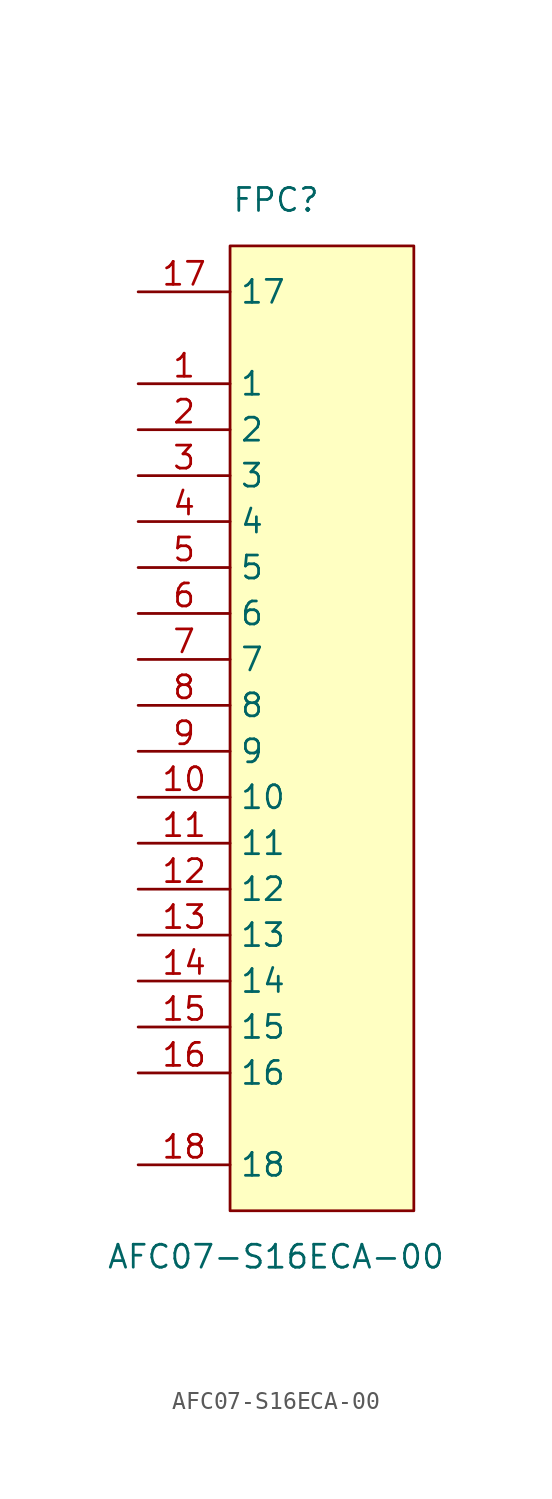
<source format=kicad_sym>
(kicad_symbol_lib
  (version 20211014)
  (generator https://github.com/uPesy/easyeda2kicad.py)
  (symbol "AFC07-S16ECA-00"
    (property "Reference" "FPC"
      (at 0 29.21 0)
      (effects (font (size 1.27 1.27))))
    (property "Value" "AFC07-S16ECA-00"
      (at 0 -29.21 0)
      (effects (font (size 1.27 1.27))))
    (symbol "AFC07-S16ECA-00_0_1"
      (rectangle (start -2.54 26.67) (end 7.62 -26.67) (stroke (width 0) (type default) (color 0 0 0 0)) (fill (type background)))
      (pin unspecified line (at -7.62 19.05 0) (length 5.08) (name "1" (effects (font (size 1.27 1.27)))) (number "1" (effects (font (size 1.27 1.27)))))
      (pin unspecified line (at -7.62 16.51 0) (length 5.08) (name "2" (effects (font (size 1.27 1.27)))) (number "2" (effects (font (size 1.27 1.27)))))
      (pin unspecified line (at -7.62 13.97 0) (length 5.08) (name "3" (effects (font (size 1.27 1.27)))) (number "3" (effects (font (size 1.27 1.27)))))
      (pin unspecified line (at -7.62 11.43 0) (length 5.08) (name "4" (effects (font (size 1.27 1.27)))) (number "4" (effects (font (size 1.27 1.27)))))
      (pin unspecified line (at -7.62 8.89 0) (length 5.08) (name "5" (effects (font (size 1.27 1.27)))) (number "5" (effects (font (size 1.27 1.27)))))
      (pin unspecified line (at -7.62 6.35 0) (length 5.08) (name "6" (effects (font (size 1.27 1.27)))) (number "6" (effects (font (size 1.27 1.27)))))
      (pin unspecified line (at -7.62 3.81 0) (length 5.08) (name "7" (effects (font (size 1.27 1.27)))) (number "7" (effects (font (size 1.27 1.27)))))
      (pin unspecified line (at -7.62 1.27 0) (length 5.08) (name "8" (effects (font (size 1.27 1.27)))) (number "8" (effects (font (size 1.27 1.27)))))
      (pin unspecified line (at -7.62 -1.27 0) (length 5.08) (name "9" (effects (font (size 1.27 1.27)))) (number "9" (effects (font (size 1.27 1.27)))))
      (pin unspecified line (at -7.62 -3.81 0) (length 5.08) (name "10" (effects (font (size 1.27 1.27)))) (number "10" (effects (font (size 1.27 1.27)))))
      (pin unspecified line (at -7.62 -6.35 0) (length 5.08) (name "11" (effects (font (size 1.27 1.27)))) (number "11" (effects (font (size 1.27 1.27)))))
      (pin unspecified line (at -7.62 -8.89 0) (length 5.08) (name "12" (effects (font (size 1.27 1.27)))) (number "12" (effects (font (size 1.27 1.27)))))
      (pin unspecified line (at -7.62 -11.43 0) (length 5.08) (name "13" (effects (font (size 1.27 1.27)))) (number "13" (effects (font (size 1.27 1.27)))))
      (pin unspecified line (at -7.62 -13.97 0) (length 5.08) (name "14" (effects (font (size 1.27 1.27)))) (number "14" (effects (font (size 1.27 1.27)))))
      (pin unspecified line (at -7.62 -16.51 0) (length 5.08) (name "15" (effects (font (size 1.27 1.27)))) (number "15" (effects (font (size 1.27 1.27)))))
      (pin unspecified line (at -7.62 -19.05 0) (length 5.08) (name "16" (effects (font (size 1.27 1.27)))) (number "16" (effects (font (size 1.27 1.27)))))
      (pin unspecified line (at -7.62 24.13 0) (length 5.08) (name "17" (effects (font (size 1.27 1.27)))) (number "17" (effects (font (size 1.27 1.27)))))
      (pin unspecified line (at -7.62 -24.13 0) (length 5.08) (name "18" (effects (font (size 1.27 1.27)))) (number "18" (effects (font (size 1.27 1.27))))))))
</source>
